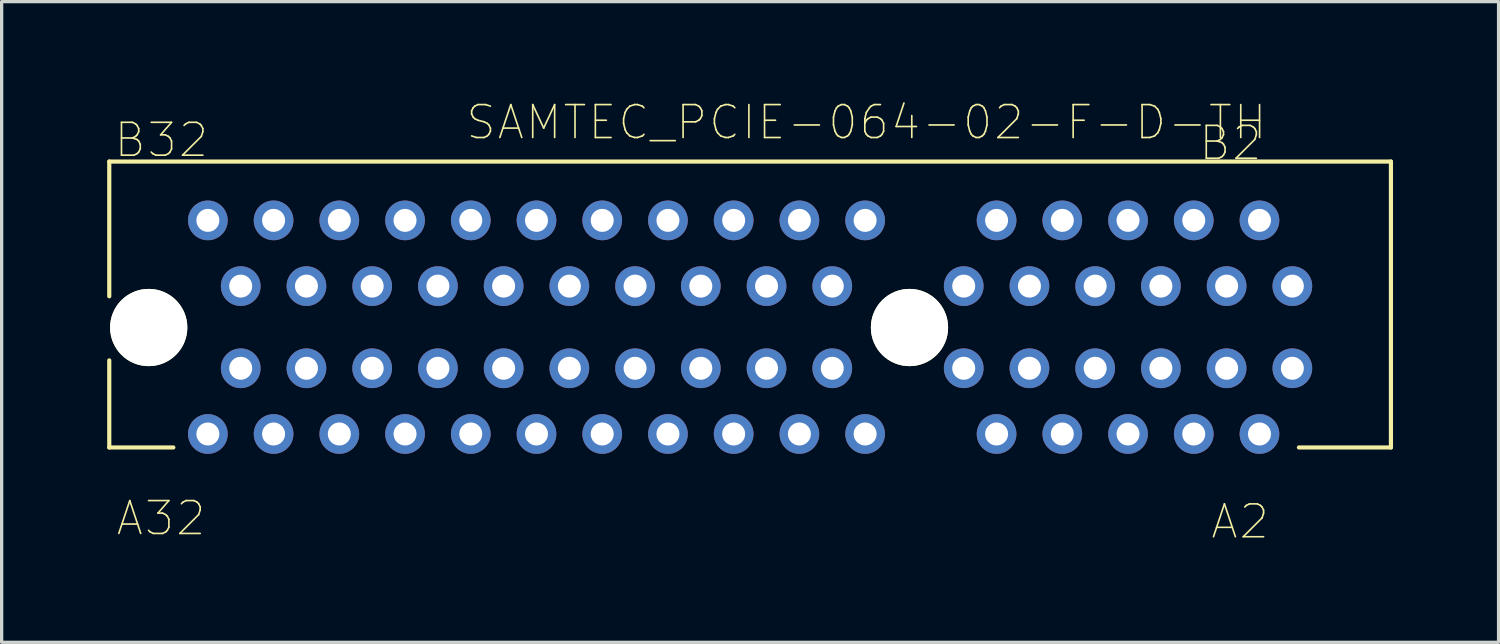
<source format=kicad_pcb>
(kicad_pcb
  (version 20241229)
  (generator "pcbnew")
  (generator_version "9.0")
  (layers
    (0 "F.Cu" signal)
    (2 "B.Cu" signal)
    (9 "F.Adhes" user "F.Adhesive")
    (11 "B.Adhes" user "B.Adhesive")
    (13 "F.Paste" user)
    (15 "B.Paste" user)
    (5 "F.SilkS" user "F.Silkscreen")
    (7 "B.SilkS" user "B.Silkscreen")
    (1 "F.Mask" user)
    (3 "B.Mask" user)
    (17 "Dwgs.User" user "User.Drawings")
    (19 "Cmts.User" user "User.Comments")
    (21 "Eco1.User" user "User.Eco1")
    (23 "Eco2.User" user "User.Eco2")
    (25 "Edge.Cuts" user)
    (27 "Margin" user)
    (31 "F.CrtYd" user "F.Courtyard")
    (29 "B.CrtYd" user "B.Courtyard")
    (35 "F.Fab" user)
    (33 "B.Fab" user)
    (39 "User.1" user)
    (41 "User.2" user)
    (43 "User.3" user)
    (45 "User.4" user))
  (footprint "SAMTEC_PCIE-064-02-F-D-TH"
    (layer "F.Cu")
    (at 19.775 6.916)
    (property "Reference" "SAMTEC_PCIE-064-02-F-D-TH" (at 3.538 -6.243 0) (layer "F.SilkS") (effects (font (size 1.001 1.001) (thickness 0.05))))
    (attr through_hole)
    (fp_line (start -19.5 -5.05) (end -19.5 -0.95) (stroke (width 0.127) (type solid)) (layer "F.SilkS"))
    (fp_line (start -19.5 -5.05) (end 19.5 -5.05) (stroke (width 0.127) (type solid)) (layer "F.SilkS"))
    (fp_line (start -19.5 3.65) (end -19.5 1) (stroke (width 0.127) (type solid)) (layer "F.SilkS"))
    (fp_line (start -17.55 3.65) (end -19.5 3.65) (stroke (width 0.127) (type solid)) (layer "F.SilkS"))
    (fp_line (start 19.5 -5.05) (end 19.5 3.65) (stroke (width 0.127) (type solid)) (layer "F.SilkS"))
    (fp_line (start 19.5 3.65) (end 16.7 3.65) (stroke (width 0.127) (type solid)) (layer "F.SilkS"))
    (fp_line (start -19.75 -5.3) (end 19.75 -5.3) (stroke (width 0.05) (type solid)) (layer "Eco1.User"))
    (fp_line (start -19.75 4.1) (end -19.75 -5.3) (stroke (width 0.05) (type solid)) (layer "Eco1.User"))
    (fp_line (start 19.75 -5.3) (end 19.75 4.1) (stroke (width 0.05) (type solid)) (layer "Eco1.User"))
    (fp_line (start 19.75 4.1) (end -19.75 4.1) (stroke (width 0.05) (type solid)) (layer "Eco1.User"))
    (fp_line (start -19.5 -5.05) (end 19.5 -5.05) (stroke (width 0.127) (type solid)) (layer "Eco2.User"))
    (fp_line (start -19.5 -3.65) (end -19.5 -5.05) (stroke (width 0.127) (type solid)) (layer "Eco2.User"))
    (fp_line (start -19.5 -3.65) (end 19.5 -3.65) (stroke (width 0.127) (type solid)) (layer "Eco2.User"))
    (fp_line (start -19.5 3.65) (end -19.5 -3.65) (stroke (width 0.127) (type solid)) (layer "Eco2.User"))
    (fp_line (start 19.5 -5.05) (end 19.5 -3.65) (stroke (width 0.127) (type solid)) (layer "Eco2.User"))
    (fp_line (start 19.5 -3.65) (end 19.5 3.65) (stroke (width 0.127) (type solid)) (layer "Eco2.User"))
    (fp_line (start 19.5 3.65) (end -19.5 3.65) (stroke (width 0.127) (type solid)) (layer "Eco2.User"))
    (fp_text user "A32" (at -17.924 5.806 0) (layer "F.SilkS") (effects (font (size 1 1) (thickness 0.05))))
    (fp_text user "B32" (at -17.914 -5.704 0) (layer "F.SilkS") (effects (font (size 1 1) (thickness 0.05))))
    (fp_text user "B2" (at 14.619 -5.611 0) (layer "F.SilkS") (effects (font (size 1 1) (thickness 0.05))))
    (fp_text user "A2" (at 14.91 5.906 0) (layer "F.SilkS") (effects (font (size 1 1) (thickness 0.05))))
    (pad "" np_thru_hole circle (at -18.3 0) (size 2.35 2.35) (drill 2.35) (layers "*.Cu" "*.Mask" "F.SilkS"))
    (pad "" np_thru_hole circle (at 4.85 0) (size 2.35 2.35) (drill 2.35) (layers "*.Cu" "*.Mask" "F.SilkS"))
    (pad "A1" thru_hole circle (at 16.5 1.24) (size 1.208 1.208) (drill 0.7) (layers "*.Cu" "*.Mask"))
    (pad "A2" thru_hole circle (at 15.5 3.24) (size 1.208 1.208) (drill 0.7) (layers "*.Cu" "*.Mask"))
    (pad "A3" thru_hole circle (at 14.5 1.24) (size 1.208 1.208) (drill 0.7) (layers "*.Cu" "*.Mask"))
    (pad "A4" thru_hole circle (at 13.5 3.24) (size 1.208 1.208) (drill 0.7) (layers "*.Cu" "*.Mask"))
    (pad "A5" thru_hole circle (at 12.5 1.24) (size 1.208 1.208) (drill 0.7) (layers "*.Cu" "*.Mask"))
    (pad "A6" thru_hole circle (at 11.5 3.24) (size 1.208 1.208) (drill 0.7) (layers "*.Cu" "*.Mask"))
    (pad "A7" thru_hole circle (at 10.5 1.24) (size 1.208 1.208) (drill 0.7) (layers "*.Cu" "*.Mask"))
    (pad "A8" thru_hole circle (at 9.5 3.24) (size 1.208 1.208) (drill 0.7) (layers "*.Cu" "*.Mask"))
    (pad "A9" thru_hole circle (at 8.5 1.24) (size 1.208 1.208) (drill 0.7) (layers "*.Cu" "*.Mask"))
    (pad "A10" thru_hole circle (at 7.5 3.24) (size 1.208 1.208) (drill 0.7) (layers "*.Cu" "*.Mask"))
    (pad "A11" thru_hole circle (at 6.5 1.24) (size 1.208 1.208) (drill 0.7) (layers "*.Cu" "*.Mask"))
    (pad "A12" thru_hole circle (at 3.5 3.24) (size 1.208 1.208) (drill 0.7) (layers "*.Cu" "*.Mask"))
    (pad "A13" thru_hole circle (at 2.5 1.24) (size 1.208 1.208) (drill 0.7) (layers "*.Cu" "*.Mask"))
    (pad "A14" thru_hole circle (at 1.5 3.24) (size 1.208 1.208) (drill 0.7) (layers "*.Cu" "*.Mask"))
    (pad "A15" thru_hole circle (at 0.5 1.24) (size 1.208 1.208) (drill 0.7) (layers "*.Cu" "*.Mask"))
    (pad "A16" thru_hole circle (at -0.5 3.24) (size 1.208 1.208) (drill 0.7) (layers "*.Cu" "*.Mask"))
    (pad "A17" thru_hole circle (at -1.5 1.24) (size 1.208 1.208) (drill 0.7) (layers "*.Cu" "*.Mask"))
    (pad "A18" thru_hole circle (at -2.5 3.24) (size 1.208 1.208) (drill 0.7) (layers "*.Cu" "*.Mask"))
    (pad "A19" thru_hole circle (at -3.5 1.24) (size 1.208 1.208) (drill 0.7) (layers "*.Cu" "*.Mask"))
    (pad "A20" thru_hole circle (at -4.5 3.24) (size 1.208 1.208) (drill 0.7) (layers "*.Cu" "*.Mask"))
    (pad "A21" thru_hole circle (at -5.5 1.24) (size 1.208 1.208) (drill 0.7) (layers "*.Cu" "*.Mask"))
    (pad "A22" thru_hole circle (at -6.5 3.24) (size 1.208 1.208) (drill 0.7) (layers "*.Cu" "*.Mask"))
    (pad "A23" thru_hole circle (at -7.5 1.24) (size 1.208 1.208) (drill 0.7) (layers "*.Cu" "*.Mask"))
    (pad "A24" thru_hole circle (at -8.5 3.24) (size 1.208 1.208) (drill 0.7) (layers "*.Cu" "*.Mask"))
    (pad "A25" thru_hole circle (at -9.5 1.24) (size 1.208 1.208) (drill 0.7) (layers "*.Cu" "*.Mask"))
    (pad "A26" thru_hole circle (at -10.5 3.24) (size 1.208 1.208) (drill 0.7) (layers "*.Cu" "*.Mask"))
    (pad "A27" thru_hole circle (at -11.5 1.24) (size 1.208 1.208) (drill 0.7) (layers "*.Cu" "*.Mask"))
    (pad "A28" thru_hole circle (at -12.5 3.24) (size 1.208 1.208) (drill 0.7) (layers "*.Cu" "*.Mask"))
    (pad "A29" thru_hole circle (at -13.5 1.24) (size 1.208 1.208) (drill 0.7) (layers "*.Cu" "*.Mask"))
    (pad "A30" thru_hole circle (at -14.5 3.24) (size 1.208 1.208) (drill 0.7) (layers "*.Cu" "*.Mask"))
    (pad "A31" thru_hole circle (at -15.5 1.24) (size 1.208 1.208) (drill 0.7) (layers "*.Cu" "*.Mask"))
    (pad "A32" thru_hole circle (at -16.5 3.24) (size 1.208 1.208) (drill 0.7) (layers "*.Cu" "*.Mask"))
    (pad "B1" thru_hole circle (at 16.5 -1.26) (size 1.208 1.208) (drill 0.7) (layers "*.Cu" "*.Mask"))
    (pad "B2" thru_hole circle (at 15.5 -3.26) (size 1.208 1.208) (drill 0.7) (layers "*.Cu" "*.Mask"))
    (pad "B3" thru_hole circle (at 14.5 -1.26) (size 1.208 1.208) (drill 0.7) (layers "*.Cu" "*.Mask"))
    (pad "B4" thru_hole circle (at 13.5 -3.26) (size 1.208 1.208) (drill 0.7) (layers "*.Cu" "*.Mask"))
    (pad "B5" thru_hole circle (at 12.5 -1.26) (size 1.208 1.208) (drill 0.7) (layers "*.Cu" "*.Mask"))
    (pad "B6" thru_hole circle (at 11.5 -3.26) (size 1.208 1.208) (drill 0.7) (layers "*.Cu" "*.Mask"))
    (pad "B7" thru_hole circle (at 10.5 -1.26) (size 1.208 1.208) (drill 0.7) (layers "*.Cu" "*.Mask"))
    (pad "B8" thru_hole circle (at 9.5 -3.26) (size 1.208 1.208) (drill 0.7) (layers "*.Cu" "*.Mask"))
    (pad "B9" thru_hole circle (at 8.5 -1.26) (size 1.208 1.208) (drill 0.7) (layers "*.Cu" "*.Mask"))
    (pad "B10" thru_hole circle (at 7.5 -3.26) (size 1.208 1.208) (drill 0.7) (layers "*.Cu" "*.Mask"))
    (pad "B11" thru_hole circle (at 6.5 -1.26) (size 1.208 1.208) (drill 0.7) (layers "*.Cu" "*.Mask"))
    (pad "B12" thru_hole circle (at 3.5 -3.26) (size 1.208 1.208) (drill 0.7) (layers "*.Cu" "*.Mask"))
    (pad "B13" thru_hole circle (at 2.5 -1.26) (size 1.208 1.208) (drill 0.7) (layers "*.Cu" "*.Mask"))
    (pad "B14" thru_hole circle (at 1.5 -3.26) (size 1.208 1.208) (drill 0.7) (layers "*.Cu" "*.Mask"))
    (pad "B15" thru_hole circle (at 0.5 -1.26) (size 1.208 1.208) (drill 0.7) (layers "*.Cu" "*.Mask"))
    (pad "B16" thru_hole circle (at -0.5 -3.26) (size 1.208 1.208) (drill 0.7) (layers "*.Cu" "*.Mask"))
    (pad "B17" thru_hole circle (at -1.5 -1.26) (size 1.208 1.208) (drill 0.7) (layers "*.Cu" "*.Mask"))
    (pad "B18" thru_hole circle (at -2.5 -3.26) (size 1.208 1.208) (drill 0.7) (layers "*.Cu" "*.Mask"))
    (pad "B19" thru_hole circle (at -3.5 -1.26) (size 1.208 1.208) (drill 0.7) (layers "*.Cu" "*.Mask"))
    (pad "B20" thru_hole circle (at -4.5 -3.26) (size 1.208 1.208) (drill 0.7) (layers "*.Cu" "*.Mask"))
    (pad "B21" thru_hole circle (at -5.5 -1.26) (size 1.208 1.208) (drill 0.7) (layers "*.Cu" "*.Mask"))
    (pad "B22" thru_hole circle (at -6.5 -3.26) (size 1.208 1.208) (drill 0.7) (layers "*.Cu" "*.Mask"))
    (pad "B23" thru_hole circle (at -7.5 -1.26) (size 1.208 1.208) (drill 0.7) (layers "*.Cu" "*.Mask"))
    (pad "B24" thru_hole circle (at -8.5 -3.26) (size 1.208 1.208) (drill 0.7) (layers "*.Cu" "*.Mask"))
    (pad "B25" thru_hole circle (at -9.5 -1.26) (size 1.208 1.208) (drill 0.7) (layers "*.Cu" "*.Mask"))
    (pad "B26" thru_hole circle (at -10.5 -3.26) (size 1.208 1.208) (drill 0.7) (layers "*.Cu" "*.Mask"))
    (pad "B27" thru_hole circle (at -11.5 -1.26) (size 1.208 1.208) (drill 0.7) (layers "*.Cu" "*.Mask"))
    (pad "B28" thru_hole circle (at -12.5 -3.26) (size 1.208 1.208) (drill 0.7) (layers "*.Cu" "*.Mask"))
    (pad "B29" thru_hole circle (at -13.5 -1.26) (size 1.208 1.208) (drill 0.7) (layers "*.Cu" "*.Mask"))
    (pad "B30" thru_hole circle (at -14.5 -3.26) (size 1.208 1.208) (drill 0.7) (layers "*.Cu" "*.Mask"))
    (pad "B31" thru_hole circle (at -15.5 -1.26) (size 1.208 1.208) (drill 0.7) (layers "*.Cu" "*.Mask"))
    (pad "B32" thru_hole circle (at -16.5 -3.26) (size 1.208 1.208) (drill 0.7) (layers "*.Cu" "*.Mask")))
  (gr_rect
    (start -3 -3)
    (end 42.55 16.495)
    (stroke (width 0.1) (type default))
    (fill no)
    (layer "Edge.Cuts")))
</source>
